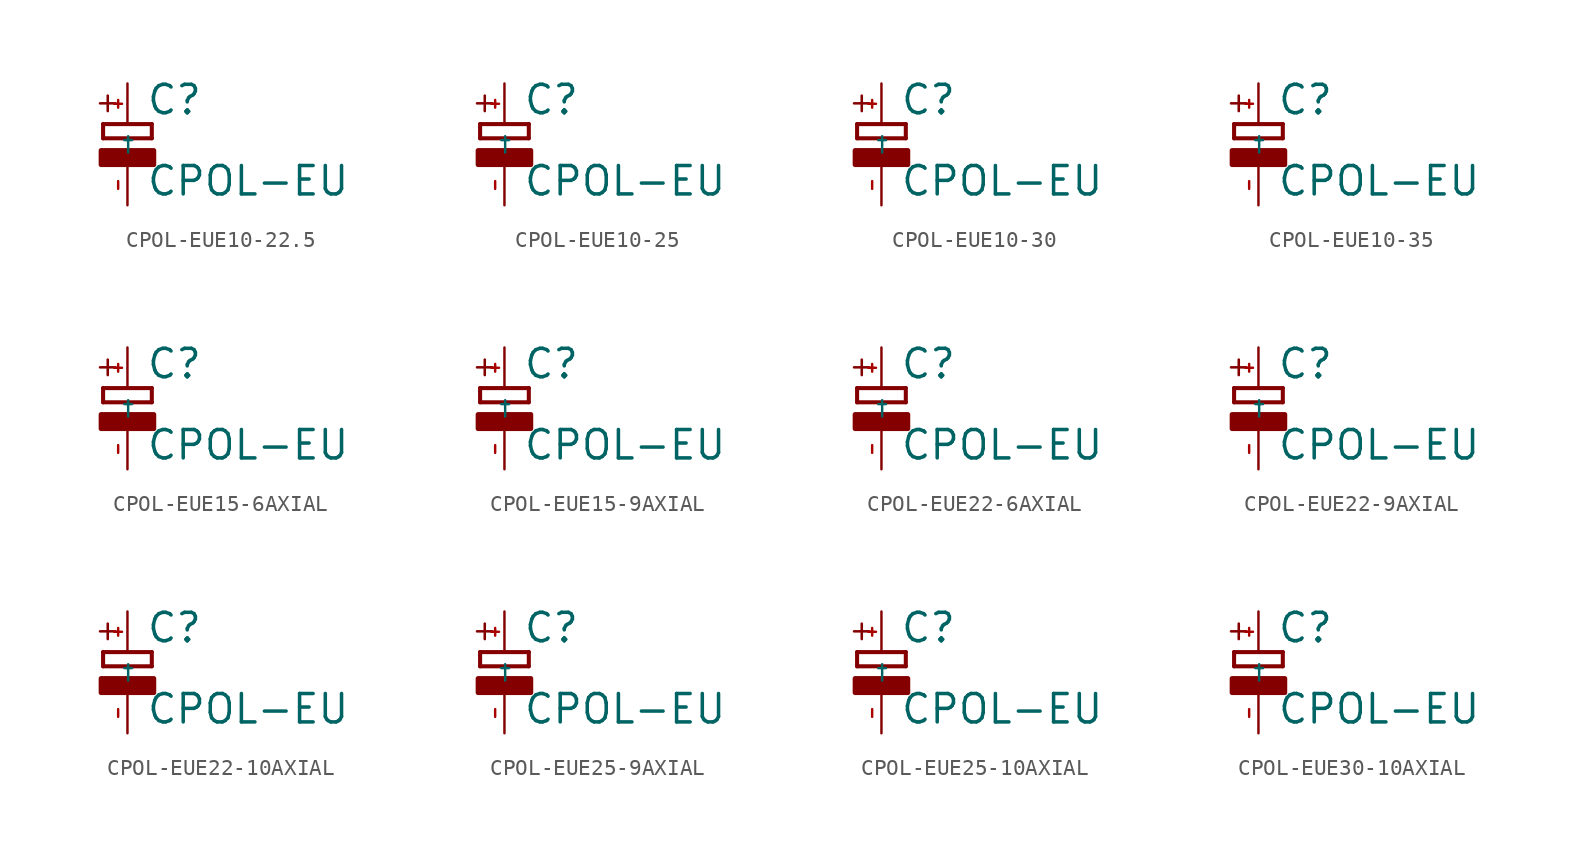
<source format=kicad_sym>
(kicad_symbol_lib
  (version 20220914)
  (generator Eagle2Kicad)
  (symbol "CPOL-EUE10-22.5"
    (property "Reference" "C"
      (at 1.143 0.483 0)
      (effects (font (size 1.778 1.778) (thickness 0.22)) (justify left bottom)))
    (property "Value" "CPOL-EU"
      (at 1.143 -4.597 0)
      (effects (font (size 1.778 1.778) (thickness 0.22)) (justify left bottom)))
    (polyline
      (pts (xy -1.524 -0.889) (xy 1.524 -0.889))
      (stroke (width 0.254) (type default))
      (fill (type none)))
    (polyline
      (pts (xy 1.524 -0.889) (xy 1.524 0))
      (stroke (width 0.254) (type default))
      (fill (type none)))
    (polyline
      (pts (xy -1.524 0) (xy -1.524 -0.889))
      (stroke (width 0.254) (type default))
      (fill (type none)))
    (polyline
      (pts (xy -1.524 0) (xy 1.524 0))
      (stroke (width 0.254) (type default))
      (fill (type none)))
    (text "+"
      (at -0.584 0.406 900)
      (effects (font (size 1.27 1.27) (thickness 0.16)) (justify left bottom)))
    (rectangle
      (start -1.651 -2.54)
      (end 1.651 -1.651)
      (stroke (width 0.3) (type default))
      (fill (type outline)))
    (pin passive line
      (at 0 -5.08 90)
      (length 2.54)
      (name "-" (effects (font (size 0.635 0.635) (thickness 0.08)) (justify left bottom)))
      (number "-" (effects (font (size 0.635 0.635) (thickness 0.08)) (justify left bottom))))
    (pin passive line
      (at 0 2.54 270)
      (length 2.54)
      (name "+" (effects (font (size 0.635 0.635) (thickness 0.08)) (justify left bottom)))
      (number "+" (effects (font (size 0.635 0.635) (thickness 0.08)) (justify left bottom)))))
  (symbol "CPOL-EUE10-25"
    (property "Reference" "C"
      (at 1.143 0.483 0)
      (effects (font (size 1.778 1.778) (thickness 0.22)) (justify left bottom)))
    (property "Value" "CPOL-EU"
      (at 1.143 -4.597 0)
      (effects (font (size 1.778 1.778) (thickness 0.22)) (justify left bottom)))
    (polyline
      (pts (xy -1.524 -0.889) (xy 1.524 -0.889))
      (stroke (width 0.254) (type default))
      (fill (type none)))
    (polyline
      (pts (xy 1.524 -0.889) (xy 1.524 0))
      (stroke (width 0.254) (type default))
      (fill (type none)))
    (polyline
      (pts (xy -1.524 0) (xy -1.524 -0.889))
      (stroke (width 0.254) (type default))
      (fill (type none)))
    (polyline
      (pts (xy -1.524 0) (xy 1.524 0))
      (stroke (width 0.254) (type default))
      (fill (type none)))
    (text "+"
      (at -0.584 0.406 900)
      (effects (font (size 1.27 1.27) (thickness 0.16)) (justify left bottom)))
    (rectangle
      (start -1.651 -2.54)
      (end 1.651 -1.651)
      (stroke (width 0.3) (type default))
      (fill (type outline)))
    (pin passive line
      (at 0 -5.08 90)
      (length 2.54)
      (name "-" (effects (font (size 0.635 0.635) (thickness 0.08)) (justify left bottom)))
      (number "-" (effects (font (size 0.635 0.635) (thickness 0.08)) (justify left bottom))))
    (pin passive line
      (at 0 2.54 270)
      (length 2.54)
      (name "+" (effects (font (size 0.635 0.635) (thickness 0.08)) (justify left bottom)))
      (number "+" (effects (font (size 0.635 0.635) (thickness 0.08)) (justify left bottom)))))
  (symbol "CPOL-EUE10-30"
    (property "Reference" "C"
      (at 1.143 0.483 0)
      (effects (font (size 1.778 1.778) (thickness 0.22)) (justify left bottom)))
    (property "Value" "CPOL-EU"
      (at 1.143 -4.597 0)
      (effects (font (size 1.778 1.778) (thickness 0.22)) (justify left bottom)))
    (polyline
      (pts (xy -1.524 -0.889) (xy 1.524 -0.889))
      (stroke (width 0.254) (type default))
      (fill (type none)))
    (polyline
      (pts (xy 1.524 -0.889) (xy 1.524 0))
      (stroke (width 0.254) (type default))
      (fill (type none)))
    (polyline
      (pts (xy -1.524 0) (xy -1.524 -0.889))
      (stroke (width 0.254) (type default))
      (fill (type none)))
    (polyline
      (pts (xy -1.524 0) (xy 1.524 0))
      (stroke (width 0.254) (type default))
      (fill (type none)))
    (text "+"
      (at -0.584 0.406 900)
      (effects (font (size 1.27 1.27) (thickness 0.16)) (justify left bottom)))
    (rectangle
      (start -1.651 -2.54)
      (end 1.651 -1.651)
      (stroke (width 0.3) (type default))
      (fill (type outline)))
    (pin passive line
      (at 0 -5.08 90)
      (length 2.54)
      (name "-" (effects (font (size 0.635 0.635) (thickness 0.08)) (justify left bottom)))
      (number "-" (effects (font (size 0.635 0.635) (thickness 0.08)) (justify left bottom))))
    (pin passive line
      (at 0 2.54 270)
      (length 2.54)
      (name "+" (effects (font (size 0.635 0.635) (thickness 0.08)) (justify left bottom)))
      (number "+" (effects (font (size 0.635 0.635) (thickness 0.08)) (justify left bottom)))))
  (symbol "CPOL-EUE10-35"
    (property "Reference" "C"
      (at 1.143 0.483 0)
      (effects (font (size 1.778 1.778) (thickness 0.22)) (justify left bottom)))
    (property "Value" "CPOL-EU"
      (at 1.143 -4.597 0)
      (effects (font (size 1.778 1.778) (thickness 0.22)) (justify left bottom)))
    (polyline
      (pts (xy -1.524 -0.889) (xy 1.524 -0.889))
      (stroke (width 0.254) (type default))
      (fill (type none)))
    (polyline
      (pts (xy 1.524 -0.889) (xy 1.524 0))
      (stroke (width 0.254) (type default))
      (fill (type none)))
    (polyline
      (pts (xy -1.524 0) (xy -1.524 -0.889))
      (stroke (width 0.254) (type default))
      (fill (type none)))
    (polyline
      (pts (xy -1.524 0) (xy 1.524 0))
      (stroke (width 0.254) (type default))
      (fill (type none)))
    (text "+"
      (at -0.584 0.406 900)
      (effects (font (size 1.27 1.27) (thickness 0.16)) (justify left bottom)))
    (rectangle
      (start -1.651 -2.54)
      (end 1.651 -1.651)
      (stroke (width 0.3) (type default))
      (fill (type outline)))
    (pin passive line
      (at 0 -5.08 90)
      (length 2.54)
      (name "-" (effects (font (size 0.635 0.635) (thickness 0.08)) (justify left bottom)))
      (number "-" (effects (font (size 0.635 0.635) (thickness 0.08)) (justify left bottom))))
    (pin passive line
      (at 0 2.54 270)
      (length 2.54)
      (name "+" (effects (font (size 0.635 0.635) (thickness 0.08)) (justify left bottom)))
      (number "+" (effects (font (size 0.635 0.635) (thickness 0.08)) (justify left bottom)))))
  (symbol "CPOL-EUE15-6AXIAL"
    (property "Reference" "C"
      (at 1.143 0.483 0)
      (effects (font (size 1.778 1.778) (thickness 0.22)) (justify left bottom)))
    (property "Value" "CPOL-EU"
      (at 1.143 -4.597 0)
      (effects (font (size 1.778 1.778) (thickness 0.22)) (justify left bottom)))
    (polyline
      (pts (xy -1.524 -0.889) (xy 1.524 -0.889))
      (stroke (width 0.254) (type default))
      (fill (type none)))
    (polyline
      (pts (xy 1.524 -0.889) (xy 1.524 0))
      (stroke (width 0.254) (type default))
      (fill (type none)))
    (polyline
      (pts (xy -1.524 0) (xy -1.524 -0.889))
      (stroke (width 0.254) (type default))
      (fill (type none)))
    (polyline
      (pts (xy -1.524 0) (xy 1.524 0))
      (stroke (width 0.254) (type default))
      (fill (type none)))
    (text "+"
      (at -0.584 0.406 900)
      (effects (font (size 1.27 1.27) (thickness 0.16)) (justify left bottom)))
    (rectangle
      (start -1.651 -2.54)
      (end 1.651 -1.651)
      (stroke (width 0.3) (type default))
      (fill (type outline)))
    (pin passive line
      (at 0 -5.08 90)
      (length 2.54)
      (name "-" (effects (font (size 0.635 0.635) (thickness 0.08)) (justify left bottom)))
      (number "-" (effects (font (size 0.635 0.635) (thickness 0.08)) (justify left bottom))))
    (pin passive line
      (at 0 2.54 270)
      (length 2.54)
      (name "+" (effects (font (size 0.635 0.635) (thickness 0.08)) (justify left bottom)))
      (number "+" (effects (font (size 0.635 0.635) (thickness 0.08)) (justify left bottom)))))
  (symbol "CPOL-EUE15-9AXIAL"
    (property "Reference" "C"
      (at 1.143 0.483 0)
      (effects (font (size 1.778 1.778) (thickness 0.22)) (justify left bottom)))
    (property "Value" "CPOL-EU"
      (at 1.143 -4.597 0)
      (effects (font (size 1.778 1.778) (thickness 0.22)) (justify left bottom)))
    (polyline
      (pts (xy -1.524 -0.889) (xy 1.524 -0.889))
      (stroke (width 0.254) (type default))
      (fill (type none)))
    (polyline
      (pts (xy 1.524 -0.889) (xy 1.524 0))
      (stroke (width 0.254) (type default))
      (fill (type none)))
    (polyline
      (pts (xy -1.524 0) (xy -1.524 -0.889))
      (stroke (width 0.254) (type default))
      (fill (type none)))
    (polyline
      (pts (xy -1.524 0) (xy 1.524 0))
      (stroke (width 0.254) (type default))
      (fill (type none)))
    (text "+"
      (at -0.584 0.406 900)
      (effects (font (size 1.27 1.27) (thickness 0.16)) (justify left bottom)))
    (rectangle
      (start -1.651 -2.54)
      (end 1.651 -1.651)
      (stroke (width 0.3) (type default))
      (fill (type outline)))
    (pin passive line
      (at 0 -5.08 90)
      (length 2.54)
      (name "-" (effects (font (size 0.635 0.635) (thickness 0.08)) (justify left bottom)))
      (number "-" (effects (font (size 0.635 0.635) (thickness 0.08)) (justify left bottom))))
    (pin passive line
      (at 0 2.54 270)
      (length 2.54)
      (name "+" (effects (font (size 0.635 0.635) (thickness 0.08)) (justify left bottom)))
      (number "+" (effects (font (size 0.635 0.635) (thickness 0.08)) (justify left bottom)))))
  (symbol "CPOL-EUE22-6AXIAL"
    (property "Reference" "C"
      (at 1.143 0.483 0)
      (effects (font (size 1.778 1.778) (thickness 0.22)) (justify left bottom)))
    (property "Value" "CPOL-EU"
      (at 1.143 -4.597 0)
      (effects (font (size 1.778 1.778) (thickness 0.22)) (justify left bottom)))
    (polyline
      (pts (xy -1.524 -0.889) (xy 1.524 -0.889))
      (stroke (width 0.254) (type default))
      (fill (type none)))
    (polyline
      (pts (xy 1.524 -0.889) (xy 1.524 0))
      (stroke (width 0.254) (type default))
      (fill (type none)))
    (polyline
      (pts (xy -1.524 0) (xy -1.524 -0.889))
      (stroke (width 0.254) (type default))
      (fill (type none)))
    (polyline
      (pts (xy -1.524 0) (xy 1.524 0))
      (stroke (width 0.254) (type default))
      (fill (type none)))
    (text "+"
      (at -0.584 0.406 900)
      (effects (font (size 1.27 1.27) (thickness 0.16)) (justify left bottom)))
    (rectangle
      (start -1.651 -2.54)
      (end 1.651 -1.651)
      (stroke (width 0.3) (type default))
      (fill (type outline)))
    (pin passive line
      (at 0 -5.08 90)
      (length 2.54)
      (name "-" (effects (font (size 0.635 0.635) (thickness 0.08)) (justify left bottom)))
      (number "-" (effects (font (size 0.635 0.635) (thickness 0.08)) (justify left bottom))))
    (pin passive line
      (at 0 2.54 270)
      (length 2.54)
      (name "+" (effects (font (size 0.635 0.635) (thickness 0.08)) (justify left bottom)))
      (number "+" (effects (font (size 0.635 0.635) (thickness 0.08)) (justify left bottom)))))
  (symbol "CPOL-EUE22-9AXIAL"
    (property "Reference" "C"
      (at 1.143 0.483 0)
      (effects (font (size 1.778 1.778) (thickness 0.22)) (justify left bottom)))
    (property "Value" "CPOL-EU"
      (at 1.143 -4.597 0)
      (effects (font (size 1.778 1.778) (thickness 0.22)) (justify left bottom)))
    (polyline
      (pts (xy -1.524 -0.889) (xy 1.524 -0.889))
      (stroke (width 0.254) (type default))
      (fill (type none)))
    (polyline
      (pts (xy 1.524 -0.889) (xy 1.524 0))
      (stroke (width 0.254) (type default))
      (fill (type none)))
    (polyline
      (pts (xy -1.524 0) (xy -1.524 -0.889))
      (stroke (width 0.254) (type default))
      (fill (type none)))
    (polyline
      (pts (xy -1.524 0) (xy 1.524 0))
      (stroke (width 0.254) (type default))
      (fill (type none)))
    (text "+"
      (at -0.584 0.406 900)
      (effects (font (size 1.27 1.27) (thickness 0.16)) (justify left bottom)))
    (rectangle
      (start -1.651 -2.54)
      (end 1.651 -1.651)
      (stroke (width 0.3) (type default))
      (fill (type outline)))
    (pin passive line
      (at 0 -5.08 90)
      (length 2.54)
      (name "-" (effects (font (size 0.635 0.635) (thickness 0.08)) (justify left bottom)))
      (number "-" (effects (font (size 0.635 0.635) (thickness 0.08)) (justify left bottom))))
    (pin passive line
      (at 0 2.54 270)
      (length 2.54)
      (name "+" (effects (font (size 0.635 0.635) (thickness 0.08)) (justify left bottom)))
      (number "+" (effects (font (size 0.635 0.635) (thickness 0.08)) (justify left bottom)))))
  (symbol "CPOL-EUE22-10AXIAL"
    (property "Reference" "C"
      (at 1.143 0.483 0)
      (effects (font (size 1.778 1.778) (thickness 0.22)) (justify left bottom)))
    (property "Value" "CPOL-EU"
      (at 1.143 -4.597 0)
      (effects (font (size 1.778 1.778) (thickness 0.22)) (justify left bottom)))
    (polyline
      (pts (xy -1.524 -0.889) (xy 1.524 -0.889))
      (stroke (width 0.254) (type default))
      (fill (type none)))
    (polyline
      (pts (xy 1.524 -0.889) (xy 1.524 0))
      (stroke (width 0.254) (type default))
      (fill (type none)))
    (polyline
      (pts (xy -1.524 0) (xy -1.524 -0.889))
      (stroke (width 0.254) (type default))
      (fill (type none)))
    (polyline
      (pts (xy -1.524 0) (xy 1.524 0))
      (stroke (width 0.254) (type default))
      (fill (type none)))
    (text "+"
      (at -0.584 0.406 900)
      (effects (font (size 1.27 1.27) (thickness 0.16)) (justify left bottom)))
    (rectangle
      (start -1.651 -2.54)
      (end 1.651 -1.651)
      (stroke (width 0.3) (type default))
      (fill (type outline)))
    (pin passive line
      (at 0 -5.08 90)
      (length 2.54)
      (name "-" (effects (font (size 0.635 0.635) (thickness 0.08)) (justify left bottom)))
      (number "-" (effects (font (size 0.635 0.635) (thickness 0.08)) (justify left bottom))))
    (pin passive line
      (at 0 2.54 270)
      (length 2.54)
      (name "+" (effects (font (size 0.635 0.635) (thickness 0.08)) (justify left bottom)))
      (number "+" (effects (font (size 0.635 0.635) (thickness 0.08)) (justify left bottom)))))
  (symbol "CPOL-EUE25-9AXIAL"
    (property "Reference" "C"
      (at 1.143 0.483 0)
      (effects (font (size 1.778 1.778) (thickness 0.22)) (justify left bottom)))
    (property "Value" "CPOL-EU"
      (at 1.143 -4.597 0)
      (effects (font (size 1.778 1.778) (thickness 0.22)) (justify left bottom)))
    (polyline
      (pts (xy -1.524 -0.889) (xy 1.524 -0.889))
      (stroke (width 0.254) (type default))
      (fill (type none)))
    (polyline
      (pts (xy 1.524 -0.889) (xy 1.524 0))
      (stroke (width 0.254) (type default))
      (fill (type none)))
    (polyline
      (pts (xy -1.524 0) (xy -1.524 -0.889))
      (stroke (width 0.254) (type default))
      (fill (type none)))
    (polyline
      (pts (xy -1.524 0) (xy 1.524 0))
      (stroke (width 0.254) (type default))
      (fill (type none)))
    (text "+"
      (at -0.584 0.406 900)
      (effects (font (size 1.27 1.27) (thickness 0.16)) (justify left bottom)))
    (rectangle
      (start -1.651 -2.54)
      (end 1.651 -1.651)
      (stroke (width 0.3) (type default))
      (fill (type outline)))
    (pin passive line
      (at 0 -5.08 90)
      (length 2.54)
      (name "-" (effects (font (size 0.635 0.635) (thickness 0.08)) (justify left bottom)))
      (number "-" (effects (font (size 0.635 0.635) (thickness 0.08)) (justify left bottom))))
    (pin passive line
      (at 0 2.54 270)
      (length 2.54)
      (name "+" (effects (font (size 0.635 0.635) (thickness 0.08)) (justify left bottom)))
      (number "+" (effects (font (size 0.635 0.635) (thickness 0.08)) (justify left bottom)))))
  (symbol "CPOL-EUE25-10AXIAL"
    (property "Reference" "C"
      (at 1.143 0.483 0)
      (effects (font (size 1.778 1.778) (thickness 0.22)) (justify left bottom)))
    (property "Value" "CPOL-EU"
      (at 1.143 -4.597 0)
      (effects (font (size 1.778 1.778) (thickness 0.22)) (justify left bottom)))
    (polyline
      (pts (xy -1.524 -0.889) (xy 1.524 -0.889))
      (stroke (width 0.254) (type default))
      (fill (type none)))
    (polyline
      (pts (xy 1.524 -0.889) (xy 1.524 0))
      (stroke (width 0.254) (type default))
      (fill (type none)))
    (polyline
      (pts (xy -1.524 0) (xy -1.524 -0.889))
      (stroke (width 0.254) (type default))
      (fill (type none)))
    (polyline
      (pts (xy -1.524 0) (xy 1.524 0))
      (stroke (width 0.254) (type default))
      (fill (type none)))
    (text "+"
      (at -0.584 0.406 900)
      (effects (font (size 1.27 1.27) (thickness 0.16)) (justify left bottom)))
    (rectangle
      (start -1.651 -2.54)
      (end 1.651 -1.651)
      (stroke (width 0.3) (type default))
      (fill (type outline)))
    (pin passive line
      (at 0 -5.08 90)
      (length 2.54)
      (name "-" (effects (font (size 0.635 0.635) (thickness 0.08)) (justify left bottom)))
      (number "-" (effects (font (size 0.635 0.635) (thickness 0.08)) (justify left bottom))))
    (pin passive line
      (at 0 2.54 270)
      (length 2.54)
      (name "+" (effects (font (size 0.635 0.635) (thickness 0.08)) (justify left bottom)))
      (number "+" (effects (font (size 0.635 0.635) (thickness 0.08)) (justify left bottom)))))
  (symbol "CPOL-EUE30-10AXIAL"
    (property "Reference" "C"
      (at 1.143 0.483 0)
      (effects (font (size 1.778 1.778) (thickness 0.22)) (justify left bottom)))
    (property "Value" "CPOL-EU"
      (at 1.143 -4.597 0)
      (effects (font (size 1.778 1.778) (thickness 0.22)) (justify left bottom)))
    (polyline
      (pts (xy -1.524 -0.889) (xy 1.524 -0.889))
      (stroke (width 0.254) (type default))
      (fill (type none)))
    (polyline
      (pts (xy 1.524 -0.889) (xy 1.524 0))
      (stroke (width 0.254) (type default))
      (fill (type none)))
    (polyline
      (pts (xy -1.524 0) (xy -1.524 -0.889))
      (stroke (width 0.254) (type default))
      (fill (type none)))
    (polyline
      (pts (xy -1.524 0) (xy 1.524 0))
      (stroke (width 0.254) (type default))
      (fill (type none)))
    (text "+"
      (at -0.584 0.406 900)
      (effects (font (size 1.27 1.27) (thickness 0.16)) (justify left bottom)))
    (rectangle
      (start -1.651 -2.54)
      (end 1.651 -1.651)
      (stroke (width 0.3) (type default))
      (fill (type outline)))
    (pin passive line
      (at 0 -5.08 90)
      (length 2.54)
      (name "-" (effects (font (size 0.635 0.635) (thickness 0.08)) (justify left bottom)))
      (number "-" (effects (font (size 0.635 0.635) (thickness 0.08)) (justify left bottom))))
    (pin passive line
      (at 0 2.54 270)
      (length 2.54)
      (name "+" (effects (font (size 0.635 0.635) (thickness 0.08)) (justify left bottom)))
      (number "+" (effects (font (size 0.635 0.635) (thickness 0.08)) (justify left bottom))))))
</source>
